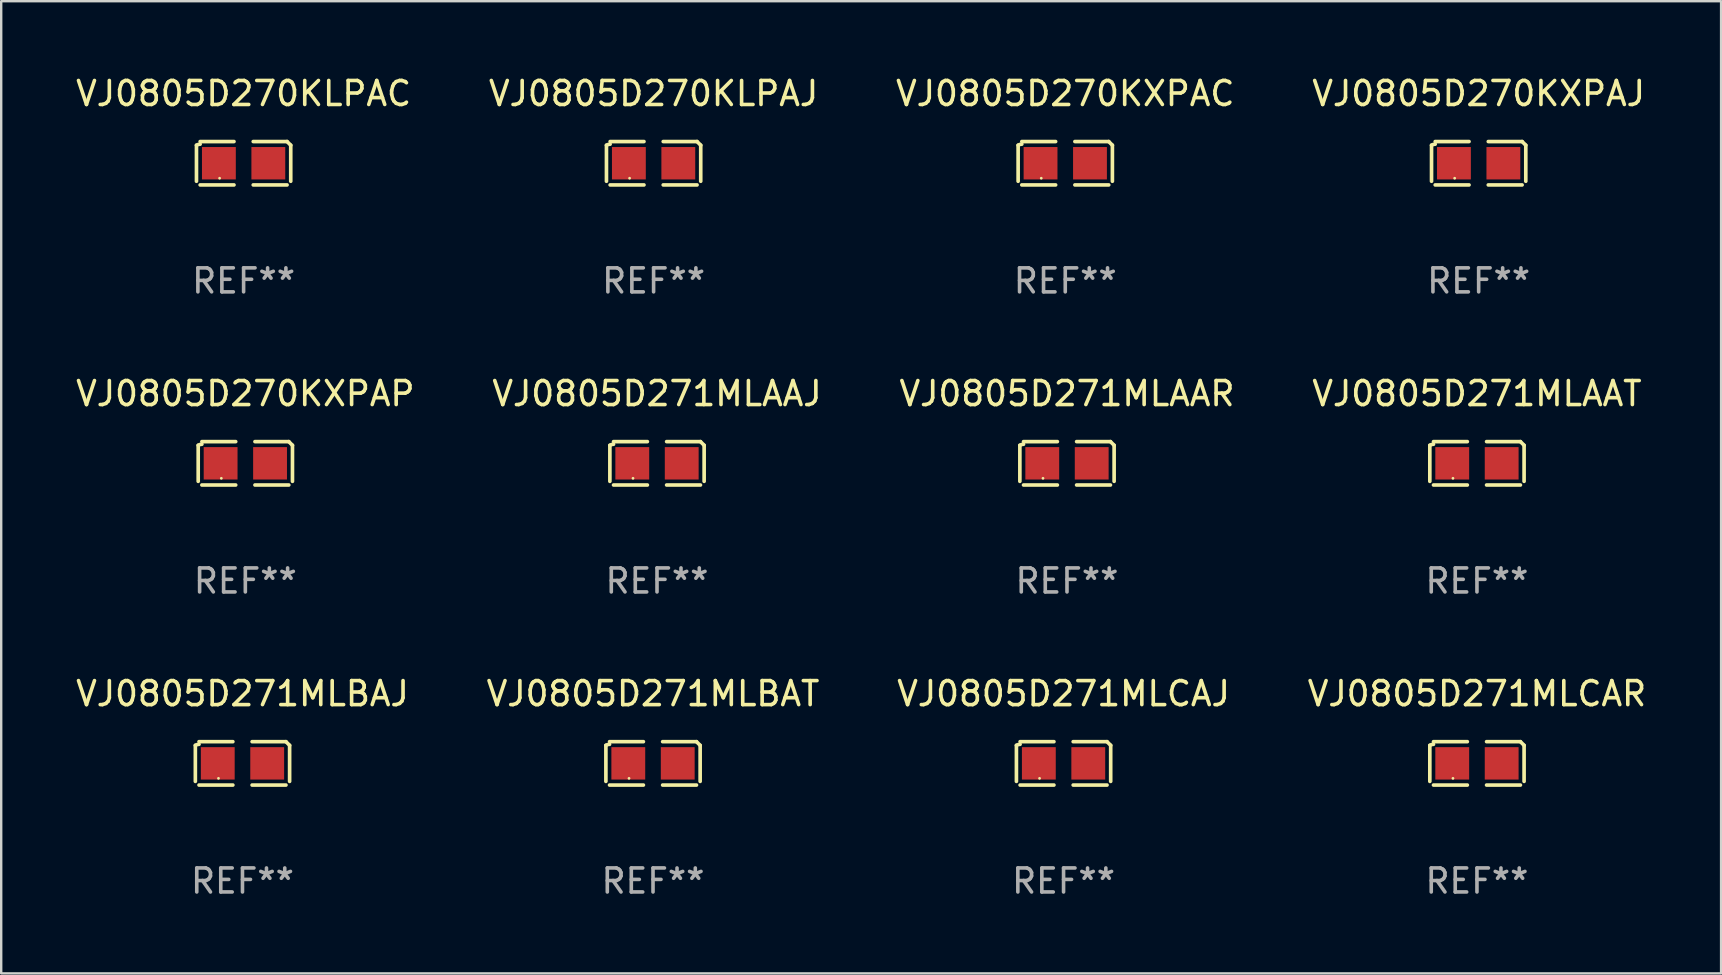
<source format=kicad_pcb>
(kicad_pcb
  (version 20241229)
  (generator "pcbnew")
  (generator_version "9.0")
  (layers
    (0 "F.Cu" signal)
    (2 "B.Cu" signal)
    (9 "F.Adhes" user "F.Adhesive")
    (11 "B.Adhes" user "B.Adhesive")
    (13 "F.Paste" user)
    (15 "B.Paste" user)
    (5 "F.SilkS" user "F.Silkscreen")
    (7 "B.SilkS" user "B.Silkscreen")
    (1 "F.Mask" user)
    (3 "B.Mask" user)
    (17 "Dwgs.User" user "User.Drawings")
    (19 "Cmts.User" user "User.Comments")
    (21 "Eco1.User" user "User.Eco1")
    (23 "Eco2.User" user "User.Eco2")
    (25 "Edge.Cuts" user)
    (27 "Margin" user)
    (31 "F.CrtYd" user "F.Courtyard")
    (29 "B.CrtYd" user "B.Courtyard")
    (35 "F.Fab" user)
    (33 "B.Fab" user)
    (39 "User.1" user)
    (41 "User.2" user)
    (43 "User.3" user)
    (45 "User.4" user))
  (footprint "VJ0805D271MLCAR"
    (layer "F.Cu")
    (at 58.494 28.759)
    (property "Reference" "VJ0805D271MLCAR" (at 0 -2.904 0) (layer "F.SilkS") (effects (font (size 1 1) (thickness 0.15))))
    (attr through_hole)
    (fp_line (start -1.964 0.751) (end -1.964 -0.751) (stroke (width 0.152) (type solid)) (layer "F.SilkS"))
    (fp_line (start -1.811 -0.904) (end -0.401 -0.904) (stroke (width 0.152) (type solid)) (layer "F.SilkS"))
    (fp_line (start -0.401 0.904) (end -1.811 0.904) (stroke (width 0.152) (type solid)) (layer "F.SilkS"))
    (fp_line (start 0.401 0.904) (end 1.811 0.904) (stroke (width 0.152) (type solid)) (layer "F.SilkS"))
    (fp_line (start 1.811 -0.904) (end 0.401 -0.904) (stroke (width 0.152) (type solid)) (layer "F.SilkS"))
    (fp_line (start 1.964 0.751) (end 1.964 -0.751) (stroke (width 0.152) (type solid)) (layer "F.SilkS"))
    (fp_arc (start -1.963602 -0.751207) (mid -1.890354 -0.783131) (end -1.811201 -0.794044) (stroke (width 0.1524) (type solid)) (layer "F.SilkS"))
    (fp_arc (start 1.811202 -0.903607) (mid 1.887413 -0.827418) (end 1.963602 -0.751207) (stroke (width 0.1524) (type solid)) (layer "F.SilkS"))
    (fp_circle (center -1 0.625) (end -0.97 0.625) (stroke (width 0.06) (type solid)) (fill no) (layer "F.SilkS"))
    (fp_text user "REF**" (at 0 4.904 0) (layer "F.Fab") (effects (font (size 1 1) (thickness 0.15))))
    (pad "1" smd rect (at -1.03 0) (size 1.41 1.35) (layers "F.Cu" "F.Mask" "F.Paste"))
    (pad "2" smd rect (at 1.03 0) (size 1.41 1.35) (layers "F.Cu" "F.Mask" "F.Paste")))
  (footprint "VJ0805D271MLAAR"
    (layer "F.Cu")
    (at 41.411 16.256)
    (property "Reference" "VJ0805D271MLAAR" (at 0 -2.904 0) (layer "F.SilkS") (effects (font (size 1 1) (thickness 0.15))))
    (attr through_hole)
    (fp_line (start -1.964 0.751) (end -1.964 -0.751) (stroke (width 0.152) (type solid)) (layer "F.SilkS"))
    (fp_line (start -1.811 -0.904) (end -0.401 -0.904) (stroke (width 0.152) (type solid)) (layer "F.SilkS"))
    (fp_line (start -0.401 0.904) (end -1.811 0.904) (stroke (width 0.152) (type solid)) (layer "F.SilkS"))
    (fp_line (start 0.401 0.904) (end 1.811 0.904) (stroke (width 0.152) (type solid)) (layer "F.SilkS"))
    (fp_line (start 1.811 -0.904) (end 0.401 -0.904) (stroke (width 0.152) (type solid)) (layer "F.SilkS"))
    (fp_line (start 1.964 0.751) (end 1.964 -0.751) (stroke (width 0.152) (type solid)) (layer "F.SilkS"))
    (fp_arc (start -1.963602 -0.751207) (mid -1.890354 -0.783131) (end -1.811201 -0.794044) (stroke (width 0.1524) (type solid)) (layer "F.SilkS"))
    (fp_arc (start 1.811202 -0.903607) (mid 1.887413 -0.827418) (end 1.963602 -0.751207) (stroke (width 0.1524) (type solid)) (layer "F.SilkS"))
    (fp_circle (center -1 0.625) (end -0.97 0.625) (stroke (width 0.06) (type solid)) (fill no) (layer "F.SilkS"))
    (fp_text user "REF**" (at 0 4.904 0) (layer "F.Fab") (effects (font (size 1 1) (thickness 0.15))))
    (pad "1" smd rect (at -1.03 0) (size 1.41 1.35) (layers "F.Cu" "F.Mask" "F.Paste"))
    (pad "2" smd rect (at 1.03 0) (size 1.41 1.35) (layers "F.Cu" "F.Mask" "F.Paste")))
  (footprint "VJ0805D271MLAAJ"
    (layer "F.Cu")
    (at 24.327 16.256)
    (property "Reference" "VJ0805D271MLAAJ" (at 0 -2.904 0) (layer "F.SilkS") (effects (font (size 1 1) (thickness 0.15))))
    (attr through_hole)
    (fp_line (start -1.964 0.751) (end -1.964 -0.751) (stroke (width 0.152) (type solid)) (layer "F.SilkS"))
    (fp_line (start -1.811 -0.904) (end -0.401 -0.904) (stroke (width 0.152) (type solid)) (layer "F.SilkS"))
    (fp_line (start -0.401 0.904) (end -1.811 0.904) (stroke (width 0.152) (type solid)) (layer "F.SilkS"))
    (fp_line (start 0.401 0.904) (end 1.811 0.904) (stroke (width 0.152) (type solid)) (layer "F.SilkS"))
    (fp_line (start 1.811 -0.904) (end 0.401 -0.904) (stroke (width 0.152) (type solid)) (layer "F.SilkS"))
    (fp_line (start 1.964 0.751) (end 1.964 -0.751) (stroke (width 0.152) (type solid)) (layer "F.SilkS"))
    (fp_arc (start -1.963602 -0.751207) (mid -1.890354 -0.783131) (end -1.811201 -0.794044) (stroke (width 0.1524) (type solid)) (layer "F.SilkS"))
    (fp_arc (start 1.811202 -0.903607) (mid 1.887413 -0.827418) (end 1.963602 -0.751207) (stroke (width 0.1524) (type solid)) (layer "F.SilkS"))
    (fp_circle (center -1 0.625) (end -0.97 0.625) (stroke (width 0.06) (type solid)) (fill no) (layer "F.SilkS"))
    (fp_text user "REF**" (at 0 4.904 0) (layer "F.Fab") (effects (font (size 1 1) (thickness 0.15))))
    (pad "1" smd rect (at -1.03 0) (size 1.41 1.35) (layers "F.Cu" "F.Mask" "F.Paste"))
    (pad "2" smd rect (at 1.03 0) (size 1.41 1.35) (layers "F.Cu" "F.Mask" "F.Paste")))
  (footprint "VJ0805D271MLAAT"
    (layer "F.Cu")
    (at 58.494 16.256)
    (property "Reference" "VJ0805D271MLAAT" (at 0 -2.904 0) (layer "F.SilkS") (effects (font (size 1 1) (thickness 0.15))))
    (attr through_hole)
    (fp_line (start -1.964 0.751) (end -1.964 -0.751) (stroke (width 0.152) (type solid)) (layer "F.SilkS"))
    (fp_line (start -1.811 -0.904) (end -0.401 -0.904) (stroke (width 0.152) (type solid)) (layer "F.SilkS"))
    (fp_line (start -0.401 0.904) (end -1.811 0.904) (stroke (width 0.152) (type solid)) (layer "F.SilkS"))
    (fp_line (start 0.401 0.904) (end 1.811 0.904) (stroke (width 0.152) (type solid)) (layer "F.SilkS"))
    (fp_line (start 1.811 -0.904) (end 0.401 -0.904) (stroke (width 0.152) (type solid)) (layer "F.SilkS"))
    (fp_line (start 1.964 0.751) (end 1.964 -0.751) (stroke (width 0.152) (type solid)) (layer "F.SilkS"))
    (fp_arc (start -1.963602 -0.751207) (mid -1.890354 -0.783131) (end -1.811201 -0.794044) (stroke (width 0.1524) (type solid)) (layer "F.SilkS"))
    (fp_arc (start 1.811202 -0.903607) (mid 1.887413 -0.827418) (end 1.963602 -0.751207) (stroke (width 0.1524) (type solid)) (layer "F.SilkS"))
    (fp_circle (center -1 0.625) (end -0.97 0.625) (stroke (width 0.06) (type solid)) (fill no) (layer "F.SilkS"))
    (fp_text user "REF**" (at 0 4.904 0) (layer "F.Fab") (effects (font (size 1 1) (thickness 0.15))))
    (pad "1" smd rect (at -1.03 0) (size 1.41 1.35) (layers "F.Cu" "F.Mask" "F.Paste"))
    (pad "2" smd rect (at 1.03 0) (size 1.41 1.35) (layers "F.Cu" "F.Mask" "F.Paste")))
  (footprint "VJ0805D270KXPAC"
    (layer "F.Cu")
    (at 41.339 3.752)
    (property "Reference" "VJ0805D270KXPAC" (at 0 -2.904 0) (layer "F.SilkS") (effects (font (size 1 1) (thickness 0.15))))
    (attr through_hole)
    (fp_line (start -1.964 0.751) (end -1.964 -0.751) (stroke (width 0.152) (type solid)) (layer "F.SilkS"))
    (fp_line (start -1.811 -0.904) (end -0.401 -0.904) (stroke (width 0.152) (type solid)) (layer "F.SilkS"))
    (fp_line (start -0.401 0.904) (end -1.811 0.904) (stroke (width 0.152) (type solid)) (layer "F.SilkS"))
    (fp_line (start 0.401 0.904) (end 1.811 0.904) (stroke (width 0.152) (type solid)) (layer "F.SilkS"))
    (fp_line (start 1.811 -0.904) (end 0.401 -0.904) (stroke (width 0.152) (type solid)) (layer "F.SilkS"))
    (fp_line (start 1.964 0.751) (end 1.964 -0.751) (stroke (width 0.152) (type solid)) (layer "F.SilkS"))
    (fp_arc (start -1.963602 -0.751207) (mid -1.890354 -0.783131) (end -1.811201 -0.794044) (stroke (width 0.1524) (type solid)) (layer "F.SilkS"))
    (fp_arc (start 1.811202 -0.903607) (mid 1.887413 -0.827418) (end 1.963602 -0.751207) (stroke (width 0.1524) (type solid)) (layer "F.SilkS"))
    (fp_circle (center -1 0.625) (end -0.97 0.625) (stroke (width 0.06) (type solid)) (fill no) (layer "F.SilkS"))
    (fp_text user "REF**" (at 0 4.904 0) (layer "F.Fab") (effects (font (size 1 1) (thickness 0.15))))
    (pad "1" smd rect (at -1.03 0) (size 1.41 1.35) (layers "F.Cu" "F.Mask" "F.Paste"))
    (pad "2" smd rect (at 1.03 0) (size 1.41 1.35) (layers "F.Cu" "F.Mask" "F.Paste")))
  (footprint "VJ0805D271MLBAJ"
    (layer "F.Cu")
    (at 7.054 28.759)
    (property "Reference" "VJ0805D271MLBAJ" (at 0 -2.904 0) (layer "F.SilkS") (effects (font (size 1 1) (thickness 0.15))))
    (attr through_hole)
    (fp_line (start -1.964 0.751) (end -1.964 -0.751) (stroke (width 0.152) (type solid)) (layer "F.SilkS"))
    (fp_line (start -1.811 -0.904) (end -0.401 -0.904) (stroke (width 0.152) (type solid)) (layer "F.SilkS"))
    (fp_line (start -0.401 0.904) (end -1.811 0.904) (stroke (width 0.152) (type solid)) (layer "F.SilkS"))
    (fp_line (start 0.401 0.904) (end 1.811 0.904) (stroke (width 0.152) (type solid)) (layer "F.SilkS"))
    (fp_line (start 1.811 -0.904) (end 0.401 -0.904) (stroke (width 0.152) (type solid)) (layer "F.SilkS"))
    (fp_line (start 1.964 0.751) (end 1.964 -0.751) (stroke (width 0.152) (type solid)) (layer "F.SilkS"))
    (fp_arc (start -1.963602 -0.751207) (mid -1.890354 -0.783131) (end -1.811201 -0.794044) (stroke (width 0.1524) (type solid)) (layer "F.SilkS"))
    (fp_arc (start 1.811202 -0.903607) (mid 1.887413 -0.827418) (end 1.963602 -0.751207) (stroke (width 0.1524) (type solid)) (layer "F.SilkS"))
    (fp_circle (center -1 0.625) (end -0.97 0.625) (stroke (width 0.06) (type solid)) (fill no) (layer "F.SilkS"))
    (fp_text user "REF**" (at 0 4.904 0) (layer "F.Fab") (effects (font (size 1 1) (thickness 0.15))))
    (pad "1" smd rect (at -1.03 0) (size 1.41 1.35) (layers "F.Cu" "F.Mask" "F.Paste"))
    (pad "2" smd rect (at 1.03 0) (size 1.41 1.35) (layers "F.Cu" "F.Mask" "F.Paste")))
  (footprint "VJ0805D270KLPAC"
    (layer "F.Cu")
    (at 7.101 3.752)
    (property "Reference" "VJ0805D270KLPAC" (at 0 -2.904 0) (layer "F.SilkS") (effects (font (size 1 1) (thickness 0.15))))
    (attr through_hole)
    (fp_line (start -1.964 0.751) (end -1.964 -0.751) (stroke (width 0.152) (type solid)) (layer "F.SilkS"))
    (fp_line (start -1.811 -0.904) (end -0.401 -0.904) (stroke (width 0.152) (type solid)) (layer "F.SilkS"))
    (fp_line (start -0.401 0.904) (end -1.811 0.904) (stroke (width 0.152) (type solid)) (layer "F.SilkS"))
    (fp_line (start 0.401 0.904) (end 1.811 0.904) (stroke (width 0.152) (type solid)) (layer "F.SilkS"))
    (fp_line (start 1.811 -0.904) (end 0.401 -0.904) (stroke (width 0.152) (type solid)) (layer "F.SilkS"))
    (fp_line (start 1.964 0.751) (end 1.964 -0.751) (stroke (width 0.152) (type solid)) (layer "F.SilkS"))
    (fp_arc (start -1.963602 -0.751207) (mid -1.890354 -0.783131) (end -1.811201 -0.794044) (stroke (width 0.1524) (type solid)) (layer "F.SilkS"))
    (fp_arc (start 1.811202 -0.903607) (mid 1.887413 -0.827418) (end 1.963602 -0.751207) (stroke (width 0.1524) (type solid)) (layer "F.SilkS"))
    (fp_circle (center -1 0.625) (end -0.97 0.625) (stroke (width 0.06) (type solid)) (fill no) (layer "F.SilkS"))
    (fp_text user "REF**" (at 0 4.904 0) (layer "F.Fab") (effects (font (size 1 1) (thickness 0.15))))
    (pad "1" smd rect (at -1.03 0) (size 1.41 1.35) (layers "F.Cu" "F.Mask" "F.Paste"))
    (pad "2" smd rect (at 1.03 0) (size 1.41 1.35) (layers "F.Cu" "F.Mask" "F.Paste")))
  (footprint "VJ0805D270KXPAP"
    (layer "F.Cu")
    (at 7.173 16.256)
    (property "Reference" "VJ0805D270KXPAP" (at 0 -2.904 0) (layer "F.SilkS") (effects (font (size 1 1) (thickness 0.15))))
    (attr through_hole)
    (fp_line (start -1.964 0.751) (end -1.964 -0.751) (stroke (width 0.152) (type solid)) (layer "F.SilkS"))
    (fp_line (start -1.811 -0.904) (end -0.401 -0.904) (stroke (width 0.152) (type solid)) (layer "F.SilkS"))
    (fp_line (start -0.401 0.904) (end -1.811 0.904) (stroke (width 0.152) (type solid)) (layer "F.SilkS"))
    (fp_line (start 0.401 0.904) (end 1.811 0.904) (stroke (width 0.152) (type solid)) (layer "F.SilkS"))
    (fp_line (start 1.811 -0.904) (end 0.401 -0.904) (stroke (width 0.152) (type solid)) (layer "F.SilkS"))
    (fp_line (start 1.964 0.751) (end 1.964 -0.751) (stroke (width 0.152) (type solid)) (layer "F.SilkS"))
    (fp_arc (start -1.963602 -0.751207) (mid -1.890354 -0.783131) (end -1.811201 -0.794044) (stroke (width 0.1524) (type solid)) (layer "F.SilkS"))
    (fp_arc (start 1.811202 -0.903607) (mid 1.887413 -0.827418) (end 1.963602 -0.751207) (stroke (width 0.1524) (type solid)) (layer "F.SilkS"))
    (fp_circle (center -1 0.625) (end -0.97 0.625) (stroke (width 0.06) (type solid)) (fill no) (layer "F.SilkS"))
    (fp_text user "REF**" (at 0 4.904 0) (layer "F.Fab") (effects (font (size 1 1) (thickness 0.15))))
    (pad "1" smd rect (at -1.03 0) (size 1.41 1.35) (layers "F.Cu" "F.Mask" "F.Paste"))
    (pad "2" smd rect (at 1.03 0) (size 1.41 1.35) (layers "F.Cu" "F.Mask" "F.Paste")))
  (footprint "VJ0805D270KXPAJ"
    (layer "F.Cu")
    (at 58.565 3.752)
    (property "Reference" "VJ0805D270KXPAJ" (at 0 -2.904 0) (layer "F.SilkS") (effects (font (size 1 1) (thickness 0.15))))
    (attr through_hole)
    (fp_line (start -1.964 0.751) (end -1.964 -0.751) (stroke (width 0.152) (type solid)) (layer "F.SilkS"))
    (fp_line (start -1.811 -0.904) (end -0.401 -0.904) (stroke (width 0.152) (type solid)) (layer "F.SilkS"))
    (fp_line (start -0.401 0.904) (end -1.811 0.904) (stroke (width 0.152) (type solid)) (layer "F.SilkS"))
    (fp_line (start 0.401 0.904) (end 1.811 0.904) (stroke (width 0.152) (type solid)) (layer "F.SilkS"))
    (fp_line (start 1.811 -0.904) (end 0.401 -0.904) (stroke (width 0.152) (type solid)) (layer "F.SilkS"))
    (fp_line (start 1.964 0.751) (end 1.964 -0.751) (stroke (width 0.152) (type solid)) (layer "F.SilkS"))
    (fp_arc (start -1.963602 -0.751207) (mid -1.890354 -0.783131) (end -1.811201 -0.794044) (stroke (width 0.1524) (type solid)) (layer "F.SilkS"))
    (fp_arc (start 1.811202 -0.903607) (mid 1.887413 -0.827418) (end 1.963602 -0.751207) (stroke (width 0.1524) (type solid)) (layer "F.SilkS"))
    (fp_circle (center -1 0.625) (end -0.97 0.625) (stroke (width 0.06) (type solid)) (fill no) (layer "F.SilkS"))
    (fp_text user "REF**" (at 0 4.904 0) (layer "F.Fab") (effects (font (size 1 1) (thickness 0.15))))
    (pad "1" smd rect (at -1.03 0) (size 1.41 1.35) (layers "F.Cu" "F.Mask" "F.Paste"))
    (pad "2" smd rect (at 1.03 0) (size 1.41 1.35) (layers "F.Cu" "F.Mask" "F.Paste")))
  (footprint "VJ0805D270KLPAJ"
    (layer "F.Cu")
    (at 24.185 3.752)
    (property "Reference" "VJ0805D270KLPAJ" (at 0 -2.904 0) (layer "F.SilkS") (effects (font (size 1 1) (thickness 0.15))))
    (attr through_hole)
    (fp_line (start -1.964 0.751) (end -1.964 -0.751) (stroke (width 0.152) (type solid)) (layer "F.SilkS"))
    (fp_line (start -1.811 -0.904) (end -0.401 -0.904) (stroke (width 0.152) (type solid)) (layer "F.SilkS"))
    (fp_line (start -0.401 0.904) (end -1.811 0.904) (stroke (width 0.152) (type solid)) (layer "F.SilkS"))
    (fp_line (start 0.401 0.904) (end 1.811 0.904) (stroke (width 0.152) (type solid)) (layer "F.SilkS"))
    (fp_line (start 1.811 -0.904) (end 0.401 -0.904) (stroke (width 0.152) (type solid)) (layer "F.SilkS"))
    (fp_line (start 1.964 0.751) (end 1.964 -0.751) (stroke (width 0.152) (type solid)) (layer "F.SilkS"))
    (fp_arc (start -1.963602 -0.751207) (mid -1.890354 -0.783131) (end -1.811201 -0.794044) (stroke (width 0.1524) (type solid)) (layer "F.SilkS"))
    (fp_arc (start 1.811202 -0.903607) (mid 1.887413 -0.827418) (end 1.963602 -0.751207) (stroke (width 0.1524) (type solid)) (layer "F.SilkS"))
    (fp_circle (center -1 0.625) (end -0.97 0.625) (stroke (width 0.06) (type solid)) (fill no) (layer "F.SilkS"))
    (fp_text user "REF**" (at 0 4.904 0) (layer "F.Fab") (effects (font (size 1 1) (thickness 0.15))))
    (pad "1" smd rect (at -1.03 0) (size 1.41 1.35) (layers "F.Cu" "F.Mask" "F.Paste"))
    (pad "2" smd rect (at 1.03 0) (size 1.41 1.35) (layers "F.Cu" "F.Mask" "F.Paste")))
  (footprint "VJ0805D271MLBAT"
    (layer "F.Cu")
    (at 24.161 28.759)
    (property "Reference" "VJ0805D271MLBAT" (at 0 -2.904 0) (layer "F.SilkS") (effects (font (size 1 1) (thickness 0.15))))
    (attr through_hole)
    (fp_line (start -1.964 0.751) (end -1.964 -0.751) (stroke (width 0.152) (type solid)) (layer "F.SilkS"))
    (fp_line (start -1.811 -0.904) (end -0.401 -0.904) (stroke (width 0.152) (type solid)) (layer "F.SilkS"))
    (fp_line (start -0.401 0.904) (end -1.811 0.904) (stroke (width 0.152) (type solid)) (layer "F.SilkS"))
    (fp_line (start 0.401 0.904) (end 1.811 0.904) (stroke (width 0.152) (type solid)) (layer "F.SilkS"))
    (fp_line (start 1.811 -0.904) (end 0.401 -0.904) (stroke (width 0.152) (type solid)) (layer "F.SilkS"))
    (fp_line (start 1.964 0.751) (end 1.964 -0.751) (stroke (width 0.152) (type solid)) (layer "F.SilkS"))
    (fp_arc (start -1.963602 -0.751207) (mid -1.890354 -0.783131) (end -1.811201 -0.794044) (stroke (width 0.1524) (type solid)) (layer "F.SilkS"))
    (fp_arc (start 1.811202 -0.903607) (mid 1.887413 -0.827418) (end 1.963602 -0.751207) (stroke (width 0.1524) (type solid)) (layer "F.SilkS"))
    (fp_circle (center -1 0.625) (end -0.97 0.625) (stroke (width 0.06) (type solid)) (fill no) (layer "F.SilkS"))
    (fp_text user "REF**" (at 0 4.904 0) (layer "F.Fab") (effects (font (size 1 1) (thickness 0.15))))
    (pad "1" smd rect (at -1.03 0) (size 1.41 1.35) (layers "F.Cu" "F.Mask" "F.Paste"))
    (pad "2" smd rect (at 1.03 0) (size 1.41 1.35) (layers "F.Cu" "F.Mask" "F.Paste")))
  (footprint "VJ0805D271MLCAJ"
    (layer "F.Cu")
    (at 41.268 28.759)
    (property "Reference" "VJ0805D271MLCAJ" (at 0 -2.904 0) (layer "F.SilkS") (effects (font (size 1 1) (thickness 0.15))))
    (attr through_hole)
    (fp_line (start -1.964 0.751) (end -1.964 -0.751) (stroke (width 0.152) (type solid)) (layer "F.SilkS"))
    (fp_line (start -1.811 -0.904) (end -0.401 -0.904) (stroke (width 0.152) (type solid)) (layer "F.SilkS"))
    (fp_line (start -0.401 0.904) (end -1.811 0.904) (stroke (width 0.152) (type solid)) (layer "F.SilkS"))
    (fp_line (start 0.401 0.904) (end 1.811 0.904) (stroke (width 0.152) (type solid)) (layer "F.SilkS"))
    (fp_line (start 1.811 -0.904) (end 0.401 -0.904) (stroke (width 0.152) (type solid)) (layer "F.SilkS"))
    (fp_line (start 1.964 0.751) (end 1.964 -0.751) (stroke (width 0.152) (type solid)) (layer "F.SilkS"))
    (fp_arc (start -1.963602 -0.751207) (mid -1.890354 -0.783131) (end -1.811201 -0.794044) (stroke (width 0.1524) (type solid)) (layer "F.SilkS"))
    (fp_arc (start 1.811202 -0.903607) (mid 1.887413 -0.827418) (end 1.963602 -0.751207) (stroke (width 0.1524) (type solid)) (layer "F.SilkS"))
    (fp_circle (center -1 0.625) (end -0.97 0.625) (stroke (width 0.06) (type solid)) (fill no) (layer "F.SilkS"))
    (fp_text user "REF**" (at 0 4.904 0) (layer "F.Fab") (effects (font (size 1 1) (thickness 0.15))))
    (pad "1" smd rect (at -1.03 0) (size 1.41 1.35) (layers "F.Cu" "F.Mask" "F.Paste"))
    (pad "2" smd rect (at 1.03 0) (size 1.41 1.35) (layers "F.Cu" "F.Mask" "F.Paste")))
  (gr_rect
    (start -3 -3)
    (end 68.667 37.511)
    (stroke (width 0.1) (type default))
    (fill no)
    (layer "Edge.Cuts")))
</source>
